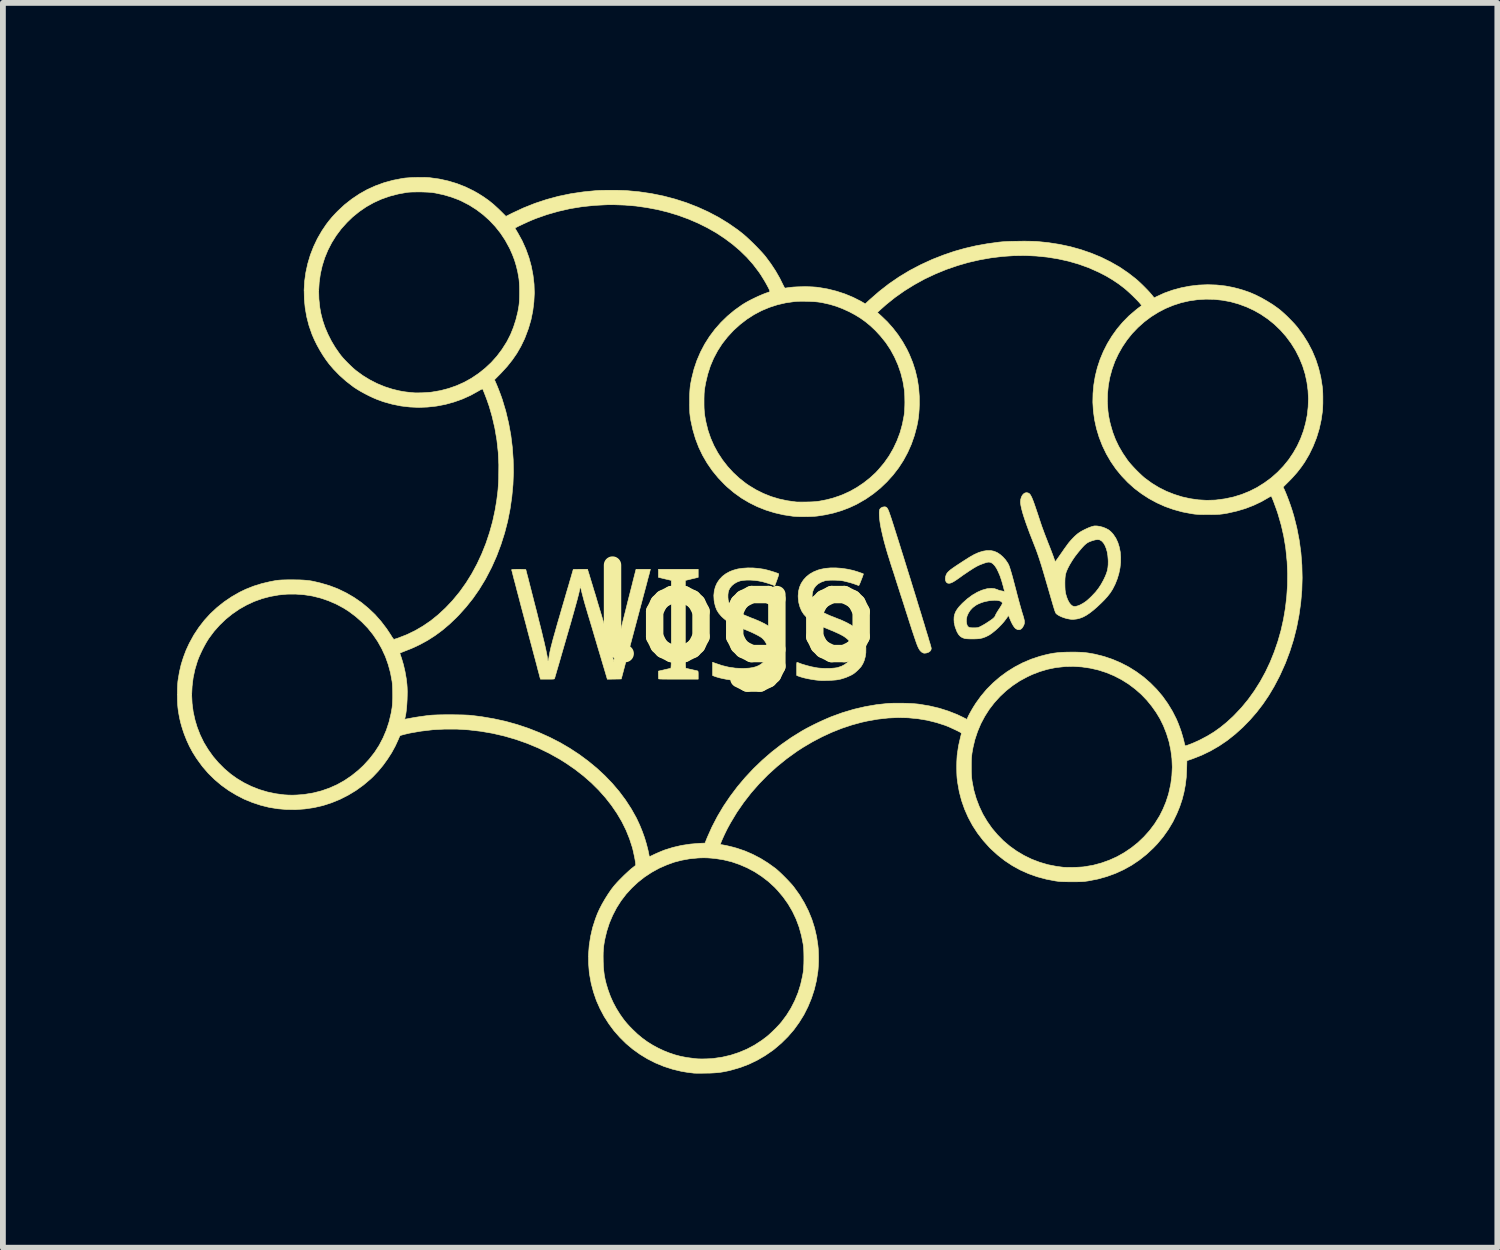
<source format=kicad_pcb>
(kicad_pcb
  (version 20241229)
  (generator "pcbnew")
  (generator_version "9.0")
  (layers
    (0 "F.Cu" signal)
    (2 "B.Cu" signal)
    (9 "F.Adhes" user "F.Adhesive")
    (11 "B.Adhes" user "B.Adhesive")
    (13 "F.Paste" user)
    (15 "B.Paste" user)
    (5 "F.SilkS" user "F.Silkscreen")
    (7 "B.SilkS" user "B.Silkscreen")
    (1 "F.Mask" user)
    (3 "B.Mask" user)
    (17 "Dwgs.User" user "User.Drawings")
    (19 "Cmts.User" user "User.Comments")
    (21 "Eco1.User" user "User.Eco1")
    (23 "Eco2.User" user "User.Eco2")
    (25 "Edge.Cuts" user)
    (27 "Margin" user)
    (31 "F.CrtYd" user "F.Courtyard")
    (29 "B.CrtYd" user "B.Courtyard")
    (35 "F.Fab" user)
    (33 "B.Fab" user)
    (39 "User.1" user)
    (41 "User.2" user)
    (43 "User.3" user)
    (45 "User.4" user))
  (footprint "logo"
    (layer "F.Cu")
    (at 9.603 7.516)
    (property "Reference" "logo" (at 0 0 0) (layer "F.SilkS") (effects (font (size 1.524 1.524) (thickness 0.3))))
    (attr through_hole)
    (fp_poly (pts (xy -0.629 -0.623) (xy -0.74 -0.597) (xy -0.851 -0.57) (xy -0.851 0.184) (xy -0.851 0.298) (xy -0.851 0.4) (xy -0.851 0.491) (xy -0.851 0.57) (xy -0.851 0.64) (xy -0.85 0.701) (xy -0.85 0.752) (xy -0.85 0.796) (xy -0.849 0.833) (xy -0.849 0.863) (xy -0.848 0.886) (xy -0.847 0.905) (xy -0.846 0.919) (xy -0.845 0.929) (xy -0.844 0.935) (xy -0.843 0.939) (xy -0.841 0.942) (xy -0.84 0.942) (xy -0.83 0.945) (xy -0.81 0.949) (xy -0.783 0.956) (xy -0.751 0.963) (xy -0.74 0.965) (xy -0.707 0.973) (xy -0.678 0.979) (xy -0.655 0.984) (xy -0.642 0.988) (xy -0.64 0.988) (xy -0.635 0.991) (xy -0.632 0.998) (xy -0.63 1.011) (xy -0.629 1.032) (xy -0.629 1.061) (xy -0.629 1.13) (xy -0.967 1.13) (xy -1.032 1.13) (xy -1.092 1.13) (xy -1.148 1.13) (xy -1.197 1.129) (xy -1.239 1.129) (xy -1.272 1.128) (xy -1.296 1.127) (xy -1.308 1.126) (xy -1.31 1.126) (xy -1.312 1.119) (xy -1.313 1.103) (xy -1.314 1.08) (xy -1.314 1.055) (xy -1.315 1.031) (xy -1.314 1.01) (xy -1.314 0.995) (xy -1.313 0.991) (xy -1.306 0.989) (xy -1.289 0.986) (xy -1.265 0.98) (xy -1.236 0.974) (xy -1.205 0.966) (xy -1.174 0.959) (xy -1.146 0.953) (xy -1.123 0.947) (xy -1.108 0.944) (xy -1.103 0.942) (xy -1.102 0.941) (xy -1.1 0.939) (xy -1.099 0.934) (xy -1.098 0.927) (xy -1.097 0.917) (xy -1.096 0.902) (xy -1.095 0.882) (xy -1.094 0.857) (xy -1.094 0.826) (xy -1.093 0.789) (xy -1.093 0.743) (xy -1.093 0.69) (xy -1.093 0.628) (xy -1.092 0.556) (xy -1.092 0.474) (xy -1.092 0.382) (xy -1.092 0.278) (xy -1.092 0.184) (xy -1.092 -0.571) (xy -1.203 -0.597) (xy -1.314 -0.624) (xy -1.314 -0.762) (xy -0.629 -0.762) (xy -0.629 -0.623)) (stroke (width 0.01) (type solid)) (fill yes) (layer "F.SilkS"))
    (fp_poly (pts (xy 2.589 -1.837) (xy 2.601 -1.835) (xy 2.612 -1.829) (xy 2.622 -1.82) (xy 2.632 -1.805) (xy 2.643 -1.784) (xy 2.655 -1.755) (xy 2.668 -1.718) (xy 2.684 -1.672) (xy 2.703 -1.615) (xy 2.714 -1.58) (xy 2.735 -1.515) (xy 2.758 -1.442) (xy 2.783 -1.363) (xy 2.81 -1.278) (xy 2.838 -1.189) (xy 2.867 -1.095) (xy 2.898 -0.997) (xy 2.929 -0.897) (xy 2.961 -0.794) (xy 2.993 -0.691) (xy 3.026 -0.586) (xy 3.058 -0.481) (xy 3.09 -0.378) (xy 3.122 -0.275) (xy 3.152 -0.175) (xy 3.182 -0.078) (xy 3.211 0.015) (xy 3.238 0.105) (xy 3.264 0.189) (xy 3.287 0.267) (xy 3.309 0.339) (xy 3.329 0.403) (xy 3.345 0.46) (xy 3.36 0.507) (xy 3.371 0.546) (xy 3.379 0.574) (xy 3.383 0.592) (xy 3.385 0.597) (xy 3.379 0.627) (xy 3.362 0.65) (xy 3.339 0.666) (xy 3.302 0.679) (xy 3.269 0.683) (xy 3.249 0.68) (xy 3.219 0.664) (xy 3.192 0.638) (xy 3.168 0.6) (xy 3.166 0.595) (xy 3.158 0.579) (xy 3.15 0.561) (xy 3.141 0.539) (xy 3.131 0.512) (xy 3.12 0.481) (xy 3.107 0.443) (xy 3.092 0.399) (xy 3.075 0.348) (xy 3.055 0.289) (xy 3.033 0.22) (xy 3.008 0.143) (xy 2.98 0.054) (xy 2.948 -0.045) (xy 2.936 -0.083) (xy 2.911 -0.162) (xy 2.885 -0.243) (xy 2.858 -0.325) (xy 2.832 -0.407) (xy 2.807 -0.485) (xy 2.783 -0.559) (xy 2.762 -0.627) (xy 2.743 -0.686) (xy 2.727 -0.736) (xy 2.724 -0.743) (xy 2.69 -0.848) (xy 2.661 -0.942) (xy 2.634 -1.027) (xy 2.611 -1.105) (xy 2.591 -1.177) (xy 2.572 -1.245) (xy 2.556 -1.31) (xy 2.541 -1.373) (xy 2.527 -1.436) (xy 2.517 -1.483) (xy 2.507 -1.538) (xy 2.499 -1.593) (xy 2.493 -1.645) (xy 2.49 -1.692) (xy 2.489 -1.734) (xy 2.491 -1.767) (xy 2.496 -1.79) (xy 2.498 -1.796) (xy 2.516 -1.817) (xy 2.543 -1.832) (xy 2.575 -1.838) (xy 2.576 -1.838) (xy 2.589 -1.837)) (stroke (width 0.01) (type solid)) (fill yes) (layer "F.SilkS"))
    (fp_poly (pts (xy 0.316 -0.785) (xy 0.41 -0.777) (xy 0.503 -0.763) (xy 0.511 -0.761) (xy 0.536 -0.755) (xy 0.568 -0.747) (xy 0.604 -0.737) (xy 0.64 -0.726) (xy 0.676 -0.715) (xy 0.708 -0.704) (xy 0.734 -0.695) (xy 0.751 -0.688) (xy 0.755 -0.686) (xy 0.757 -0.682) (xy 0.757 -0.673) (xy 0.754 -0.659) (xy 0.747 -0.636) (xy 0.736 -0.604) (xy 0.727 -0.579) (xy 0.69 -0.478) (xy 0.663 -0.489) (xy 0.636 -0.5) (xy 0.6 -0.512) (xy 0.56 -0.525) (xy 0.518 -0.537) (xy 0.48 -0.548) (xy 0.461 -0.552) (xy 0.399 -0.564) (xy 0.334 -0.572) (xy 0.269 -0.576) (xy 0.206 -0.576) (xy 0.149 -0.572) (xy 0.101 -0.564) (xy 0.092 -0.562) (xy 0.039 -0.542) (xy -0.009 -0.514) (xy -0.051 -0.479) (xy -0.083 -0.439) (xy -0.102 -0.402) (xy -0.112 -0.366) (xy -0.117 -0.324) (xy -0.117 -0.278) (xy -0.113 -0.234) (xy -0.104 -0.197) (xy -0.103 -0.195) (xy -0.078 -0.145) (xy -0.041 -0.098) (xy 0.008 -0.056) (xy 0.064 -0.021) (xy 0.09 -0.008) (xy 0.126 0.009) (xy 0.172 0.029) (xy 0.226 0.051) (xy 0.286 0.076) (xy 0.337 0.095) (xy 0.431 0.135) (xy 0.513 0.175) (xy 0.584 0.217) (xy 0.644 0.261) (xy 0.694 0.308) (xy 0.734 0.357) (xy 0.765 0.41) (xy 0.788 0.467) (xy 0.796 0.504) (xy 0.802 0.55) (xy 0.806 0.601) (xy 0.806 0.653) (xy 0.803 0.701) (xy 0.797 0.736) (xy 0.779 0.806) (xy 0.752 0.868) (xy 0.716 0.924) (xy 0.677 0.968) (xy 0.616 1.021) (xy 0.545 1.065) (xy 0.466 1.101) (xy 0.378 1.127) (xy 0.281 1.145) (xy 0.175 1.153) (xy 0.06 1.153) (xy -0.019 1.148) (xy -0.08 1.142) (xy -0.144 1.132) (xy -0.206 1.12) (xy -0.265 1.106) (xy -0.317 1.091) (xy -0.357 1.077) (xy -0.381 1.067) (xy -0.381 0.839) (xy -0.338 0.855) (xy -0.22 0.895) (xy -0.105 0.923) (xy 0.011 0.94) (xy 0.129 0.945) (xy 0.174 0.944) (xy 0.248 0.94) (xy 0.312 0.93) (xy 0.367 0.915) (xy 0.415 0.895) (xy 0.457 0.868) (xy 0.486 0.844) (xy 0.523 0.801) (xy 0.55 0.752) (xy 0.566 0.7) (xy 0.572 0.646) (xy 0.568 0.592) (xy 0.553 0.539) (xy 0.529 0.49) (xy 0.495 0.445) (xy 0.462 0.415) (xy 0.433 0.396) (xy 0.394 0.374) (xy 0.347 0.35) (xy 0.293 0.324) (xy 0.235 0.299) (xy 0.174 0.274) (xy 0.165 0.27) (xy 0.09 0.24) (xy 0.025 0.213) (xy -0.031 0.187) (xy -0.078 0.162) (xy -0.12 0.137) (xy -0.158 0.11) (xy -0.192 0.082) (xy -0.226 0.051) (xy -0.236 0.04) (xy -0.277 -0.009) (xy -0.31 -0.063) (xy -0.333 -0.123) (xy -0.35 -0.192) (xy -0.356 -0.232) (xy -0.36 -0.313) (xy -0.352 -0.39) (xy -0.333 -0.462) (xy -0.303 -0.528) (xy -0.262 -0.588) (xy -0.212 -0.641) (xy -0.151 -0.687) (xy -0.081 -0.725) (xy -0.019 -0.748) (xy 0.054 -0.768) (xy 0.136 -0.78) (xy 0.224 -0.786) (xy 0.316 -0.785)) (stroke (width 0.01) (type solid)) (fill yes) (layer "F.SilkS"))
    (fp_poly (pts (xy 1.842 -0.779) (xy 1.941 -0.764) (xy 2.029 -0.745) (xy 2.052 -0.739) (xy 2.08 -0.73) (xy 2.111 -0.721) (xy 2.142 -0.71) (xy 2.171 -0.7) (xy 2.194 -0.692) (xy 2.21 -0.686) (xy 2.215 -0.683) (xy 2.214 -0.676) (xy 2.209 -0.66) (xy 2.201 -0.637) (xy 2.191 -0.61) (xy 2.179 -0.58) (xy 2.168 -0.551) (xy 2.157 -0.524) (xy 2.147 -0.502) (xy 2.14 -0.487) (xy 2.137 -0.483) (xy 2.128 -0.485) (xy 2.11 -0.491) (xy 2.089 -0.499) (xy 2.089 -0.499) (xy 2.047 -0.514) (xy 1.996 -0.53) (xy 1.943 -0.544) (xy 1.891 -0.557) (xy 1.864 -0.563) (xy 1.827 -0.568) (xy 1.784 -0.572) (xy 1.736 -0.574) (xy 1.687 -0.575) (xy 1.64 -0.574) (xy 1.598 -0.571) (xy 1.565 -0.567) (xy 1.55 -0.563) (xy 1.489 -0.541) (xy 1.437 -0.512) (xy 1.396 -0.475) (xy 1.364 -0.431) (xy 1.344 -0.381) (xy 1.334 -0.325) (xy 1.333 -0.304) (xy 1.338 -0.243) (xy 1.352 -0.189) (xy 1.376 -0.141) (xy 1.411 -0.098) (xy 1.458 -0.058) (xy 1.476 -0.046) (xy 1.507 -0.027) (xy 1.545 -0.007) (xy 1.592 0.015) (xy 1.648 0.04) (xy 1.716 0.066) (xy 1.75 0.08) (xy 1.848 0.119) (xy 1.933 0.159) (xy 2.007 0.2) (xy 2.07 0.242) (xy 2.123 0.286) (xy 2.167 0.332) (xy 2.201 0.381) (xy 2.228 0.433) (xy 2.245 0.486) (xy 2.25 0.508) (xy 2.254 0.538) (xy 2.257 0.573) (xy 2.259 0.6) (xy 2.258 0.677) (xy 2.247 0.747) (xy 2.228 0.814) (xy 2.21 0.856) (xy 2.196 0.881) (xy 2.183 0.903) (xy 2.168 0.923) (xy 2.147 0.946) (xy 2.122 0.972) (xy 2.092 1) (xy 2.067 1.021) (xy 2.044 1.038) (xy 2.017 1.054) (xy 1.997 1.065) (xy 1.912 1.102) (xy 1.825 1.129) (xy 1.77 1.14) (xy 1.741 1.144) (xy 1.702 1.147) (xy 1.658 1.15) (xy 1.61 1.152) (xy 1.563 1.153) (xy 1.52 1.153) (xy 1.483 1.153) (xy 1.467 1.152) (xy 1.396 1.145) (xy 1.324 1.134) (xy 1.253 1.121) (xy 1.187 1.106) (xy 1.129 1.089) (xy 1.103 1.08) (xy 1.067 1.066) (xy 1.067 0.951) (xy 1.067 0.911) (xy 1.067 0.881) (xy 1.068 0.861) (xy 1.069 0.848) (xy 1.071 0.842) (xy 1.075 0.841) (xy 1.078 0.841) (xy 1.154 0.87) (xy 1.238 0.895) (xy 1.324 0.917) (xy 1.407 0.933) (xy 1.432 0.937) (xy 1.475 0.941) (xy 1.524 0.944) (xy 1.576 0.945) (xy 1.629 0.945) (xy 1.679 0.942) (xy 1.723 0.938) (xy 1.759 0.933) (xy 1.772 0.93) (xy 1.838 0.908) (xy 1.895 0.878) (xy 1.942 0.841) (xy 1.978 0.797) (xy 2.004 0.747) (xy 2.018 0.691) (xy 2.022 0.629) (xy 2.019 0.596) (xy 2.012 0.559) (xy 2.002 0.525) (xy 1.986 0.494) (xy 1.966 0.465) (xy 1.938 0.437) (xy 1.904 0.41) (xy 1.861 0.382) (xy 1.81 0.355) (xy 1.748 0.326) (xy 1.676 0.295) (xy 1.599 0.263) (xy 1.523 0.232) (xy 1.458 0.203) (xy 1.401 0.176) (xy 1.352 0.148) (xy 1.308 0.12) (xy 1.268 0.09) (xy 1.234 0.061) (xy 1.189 0.012) (xy 1.152 -0.045) (xy 1.124 -0.111) (xy 1.104 -0.183) (xy 1.094 -0.26) (xy 1.092 -0.303) (xy 1.098 -0.38) (xy 1.115 -0.451) (xy 1.144 -0.518) (xy 1.183 -0.578) (xy 1.232 -0.632) (xy 1.29 -0.679) (xy 1.358 -0.718) (xy 1.434 -0.749) (xy 1.48 -0.762) (xy 1.56 -0.778) (xy 1.649 -0.786) (xy 1.744 -0.786) (xy 1.842 -0.779)) (stroke (width 0.01) (type solid)) (fill yes) (layer "F.SilkS"))
    (fp_poly (pts (xy 4.407 -1.085) (xy 4.465 -1.073) (xy 4.465 -1.073) (xy 4.518 -1.051) (xy 4.57 -1.017) (xy 4.619 -0.974) (xy 4.664 -0.924) (xy 4.703 -0.867) (xy 4.717 -0.84) (xy 4.726 -0.819) (xy 4.737 -0.787) (xy 4.751 -0.742) (xy 4.768 -0.685) (xy 4.787 -0.617) (xy 4.808 -0.537) (xy 4.832 -0.446) (xy 4.836 -0.432) (xy 4.862 -0.33) (xy 4.886 -0.24) (xy 4.908 -0.159) (xy 4.929 -0.085) (xy 4.948 -0.019) (xy 4.967 0.041) (xy 4.979 0.084) (xy 4.987 0.119) (xy 4.989 0.147) (xy 4.987 0.172) (xy 4.98 0.196) (xy 4.972 0.212) (xy 4.951 0.247) (xy 4.927 0.269) (xy 4.901 0.279) (xy 4.873 0.277) (xy 4.844 0.263) (xy 4.838 0.259) (xy 4.817 0.238) (xy 4.795 0.206) (xy 4.772 0.165) (xy 4.75 0.118) (xy 4.736 0.084) (xy 4.727 0.061) (xy 4.719 0.045) (xy 4.713 0.036) (xy 4.712 0.036) (xy 4.706 0.043) (xy 4.696 0.059) (xy 4.682 0.079) (xy 4.673 0.092) (xy 4.637 0.139) (xy 4.593 0.189) (xy 4.544 0.24) (xy 4.492 0.287) (xy 4.439 0.33) (xy 4.39 0.365) (xy 4.378 0.372) (xy 4.325 0.399) (xy 4.268 0.42) (xy 4.218 0.431) (xy 4.189 0.434) (xy 4.153 0.436) (xy 4.112 0.437) (xy 4.07 0.437) (xy 4.03 0.436) (xy 3.995 0.434) (xy 3.968 0.431) (xy 3.959 0.429) (xy 3.919 0.415) (xy 3.885 0.393) (xy 3.856 0.362) (xy 3.831 0.32) (xy 3.823 0.302) (xy 3.795 0.228) (xy 3.779 0.156) (xy 3.779 0.149) (xy 3.989 0.149) (xy 3.998 0.189) (xy 4.006 0.211) (xy 4.019 0.227) (xy 4.037 0.238) (xy 4.062 0.244) (xy 4.097 0.246) (xy 4.128 0.246) (xy 4.158 0.245) (xy 4.179 0.243) (xy 4.198 0.238) (xy 4.218 0.23) (xy 4.242 0.218) (xy 4.275 0.2) (xy 4.313 0.178) (xy 4.352 0.153) (xy 4.391 0.127) (xy 4.426 0.103) (xy 4.453 0.082) (xy 4.456 0.079) (xy 4.479 0.054) (xy 4.489 0.032) (xy 4.495 0.018) (xy 4.507 -0.004) (xy 4.523 -0.031) (xy 4.542 -0.061) (xy 4.554 -0.079) (xy 4.579 -0.118) (xy 4.597 -0.148) (xy 4.607 -0.169) (xy 4.609 -0.178) (xy 4.6 -0.197) (xy 4.581 -0.211) (xy 4.553 -0.221) (xy 4.518 -0.227) (xy 4.476 -0.229) (xy 4.431 -0.226) (xy 4.382 -0.221) (xy 4.332 -0.211) (xy 4.282 -0.199) (xy 4.234 -0.182) (xy 4.189 -0.163) (xy 4.149 -0.141) (xy 4.147 -0.139) (xy 4.097 -0.101) (xy 4.056 -0.057) (xy 4.024 -0.008) (xy 4.001 0.043) (xy 3.99 0.096) (xy 3.989 0.149) (xy 3.779 0.149) (xy 3.776 0.105) (xy 3.778 0.057) (xy 3.788 0.012) (xy 3.805 -0.031) (xy 3.831 -0.074) (xy 3.866 -0.119) (xy 3.911 -0.167) (xy 3.929 -0.185) (xy 4.011 -0.258) (xy 4.093 -0.318) (xy 4.175 -0.366) (xy 4.256 -0.402) (xy 4.336 -0.425) (xy 4.355 -0.429) (xy 4.417 -0.434) (xy 4.472 -0.429) (xy 4.522 -0.413) (xy 4.527 -0.41) (xy 4.551 -0.4) (xy 4.58 -0.393) (xy 4.591 -0.391) (xy 4.612 -0.387) (xy 4.63 -0.383) (xy 4.637 -0.38) (xy 4.646 -0.377) (xy 4.647 -0.382) (xy 4.646 -0.385) (xy 4.643 -0.396) (xy 4.638 -0.416) (xy 4.631 -0.442) (xy 4.624 -0.47) (xy 4.597 -0.565) (xy 4.569 -0.648) (xy 4.539 -0.718) (xy 4.51 -0.777) (xy 4.479 -0.823) (xy 4.447 -0.857) (xy 4.415 -0.878) (xy 4.381 -0.886) (xy 4.36 -0.885) (xy 4.333 -0.879) (xy 4.298 -0.868) (xy 4.26 -0.854) (xy 4.221 -0.839) (xy 4.185 -0.822) (xy 4.178 -0.819) (xy 4.151 -0.804) (xy 4.115 -0.783) (xy 4.073 -0.756) (xy 4.026 -0.726) (xy 3.978 -0.693) (xy 3.929 -0.66) (xy 3.888 -0.63) (xy 3.84 -0.596) (xy 3.802 -0.57) (xy 3.77 -0.55) (xy 3.744 -0.536) (xy 3.722 -0.527) (xy 3.703 -0.522) (xy 3.686 -0.521) (xy 3.661 -0.526) (xy 3.643 -0.542) (xy 3.631 -0.566) (xy 3.627 -0.597) (xy 3.631 -0.634) (xy 3.641 -0.666) (xy 3.656 -0.695) (xy 3.68 -0.722) (xy 3.713 -0.751) (xy 3.733 -0.766) (xy 3.761 -0.786) (xy 3.797 -0.811) (xy 3.839 -0.839) (xy 3.885 -0.869) (xy 3.932 -0.9) (xy 3.981 -0.931) (xy 4.028 -0.961) (xy 4.056 -0.978) (xy 4.132 -1.021) (xy 4.206 -1.053) (xy 4.277 -1.074) (xy 4.344 -1.085) (xy 4.407 -1.085)) (stroke (width 0.01) (type solid)) (fill yes) (layer "F.SilkS"))
    (fp_poly (pts (xy 5.052 -2.077) (xy 5.065 -2.07) (xy 5.075 -2.064) (xy 5.084 -2.054) (xy 5.093 -2.041) (xy 5.103 -2.023) (xy 5.115 -2) (xy 5.127 -1.971) (xy 5.141 -1.936) (xy 5.157 -1.892) (xy 5.175 -1.84) (xy 5.196 -1.778) (xy 5.22 -1.707) (xy 5.247 -1.624) (xy 5.258 -1.591) (xy 5.272 -1.549) (xy 5.289 -1.499) (xy 5.31 -1.442) (xy 5.332 -1.382) (xy 5.355 -1.322) (xy 5.378 -1.264) (xy 5.386 -1.241) (xy 5.407 -1.189) (xy 5.427 -1.138) (xy 5.446 -1.089) (xy 5.463 -1.044) (xy 5.477 -1.007) (xy 5.488 -0.977) (xy 5.493 -0.963) (xy 5.502 -0.936) (xy 5.511 -0.914) (xy 5.517 -0.899) (xy 5.52 -0.895) (xy 5.525 -0.9) (xy 5.536 -0.914) (xy 5.552 -0.936) (xy 5.572 -0.964) (xy 5.595 -0.997) (xy 5.618 -1.03) (xy 5.646 -1.07) (xy 5.674 -1.111) (xy 5.701 -1.148) (xy 5.725 -1.181) (xy 5.744 -1.207) (xy 5.753 -1.219) (xy 5.783 -1.254) (xy 5.816 -1.29) (xy 5.85 -1.325) (xy 5.883 -1.355) (xy 5.912 -1.379) (xy 5.925 -1.388) (xy 5.965 -1.414) (xy 6.01 -1.438) (xy 6.055 -1.46) (xy 6.1 -1.48) (xy 6.141 -1.495) (xy 6.176 -1.505) (xy 6.195 -1.509) (xy 6.24 -1.508) (xy 6.29 -1.5) (xy 6.342 -1.486) (xy 6.392 -1.466) (xy 6.437 -1.442) (xy 6.453 -1.43) (xy 6.473 -1.413) (xy 6.495 -1.391) (xy 6.516 -1.367) (xy 6.519 -1.363) (xy 6.563 -1.298) (xy 6.597 -1.225) (xy 6.622 -1.146) (xy 6.639 -1.061) (xy 6.646 -0.972) (xy 6.645 -0.88) (xy 6.635 -0.787) (xy 6.616 -0.693) (xy 6.588 -0.599) (xy 6.552 -0.508) (xy 6.507 -0.419) (xy 6.497 -0.403) (xy 6.463 -0.351) (xy 6.419 -0.295) (xy 6.366 -0.236) (xy 6.311 -0.181) (xy 6.239 -0.113) (xy 6.173 -0.056) (xy 6.111 -0.008) (xy 6.054 0.03) (xy 6 0.059) (xy 5.948 0.079) (xy 5.899 0.092) (xy 5.88 0.095) (xy 5.851 0.098) (xy 5.83 0.1) (xy 5.813 0.1) (xy 5.793 0.099) (xy 5.768 0.096) (xy 5.765 0.095) (xy 5.72 0.087) (xy 5.673 0.073) (xy 5.627 0.056) (xy 5.585 0.036) (xy 5.552 0.015) (xy 5.545 0.009) (xy 5.54 0.005) (xy 5.535 0.001) (xy 5.531 -0.005) (xy 5.527 -0.012) (xy 5.522 -0.023) (xy 5.516 -0.038) (xy 5.509 -0.058) (xy 5.501 -0.083) (xy 5.491 -0.116) (xy 5.479 -0.156) (xy 5.465 -0.204) (xy 5.448 -0.262) (xy 5.428 -0.331) (xy 5.409 -0.397) (xy 5.379 -0.5) (xy 5.377 -0.507) (xy 5.686 -0.507) (xy 5.687 -0.456) (xy 5.689 -0.409) (xy 5.694 -0.369) (xy 5.698 -0.346) (xy 5.715 -0.287) (xy 5.735 -0.235) (xy 5.759 -0.19) (xy 5.785 -0.156) (xy 5.812 -0.133) (xy 5.839 -0.123) (xy 5.872 -0.123) (xy 5.912 -0.134) (xy 5.947 -0.148) (xy 5.988 -0.17) (xy 6.027 -0.194) (xy 6.066 -0.223) (xy 6.107 -0.26) (xy 6.153 -0.304) (xy 6.153 -0.305) (xy 6.214 -0.369) (xy 6.265 -0.434) (xy 6.309 -0.501) (xy 6.35 -0.575) (xy 6.353 -0.581) (xy 6.381 -0.64) (xy 6.402 -0.692) (xy 6.417 -0.74) (xy 6.426 -0.788) (xy 6.431 -0.838) (xy 6.432 -0.893) (xy 6.431 -0.926) (xy 6.425 -0.998) (xy 6.414 -1.064) (xy 6.397 -1.122) (xy 6.376 -1.173) (xy 6.351 -1.215) (xy 6.323 -1.246) (xy 6.291 -1.266) (xy 6.277 -1.271) (xy 6.247 -1.274) (xy 6.208 -1.269) (xy 6.161 -1.256) (xy 6.127 -1.244) (xy 6.098 -1.232) (xy 6.072 -1.218) (xy 6.048 -1.2) (xy 6.023 -1.178) (xy 5.995 -1.149) (xy 5.97 -1.121) (xy 5.911 -1.05) (xy 5.856 -0.979) (xy 5.809 -0.909) (xy 5.768 -0.841) (xy 5.735 -0.778) (xy 5.71 -0.72) (xy 5.698 -0.679) (xy 5.692 -0.647) (xy 5.688 -0.606) (xy 5.686 -0.558) (xy 5.686 -0.507) (xy 5.377 -0.507) (xy 5.352 -0.593) (xy 5.328 -0.675) (xy 5.306 -0.749) (xy 5.286 -0.816) (xy 5.267 -0.876) (xy 5.249 -0.932) (xy 5.232 -0.983) (xy 5.215 -1.032) (xy 5.198 -1.08) (xy 5.18 -1.128) (xy 5.161 -1.176) (xy 5.141 -1.227) (xy 5.131 -1.253) (xy 5.085 -1.37) (xy 5.045 -1.478) (xy 5.01 -1.575) (xy 4.981 -1.662) (xy 4.957 -1.739) (xy 4.94 -1.805) (xy 4.928 -1.86) (xy 4.922 -1.905) (xy 4.921 -1.923) (xy 4.925 -1.966) (xy 4.936 -2.004) (xy 4.952 -2.036) (xy 4.973 -2.06) (xy 4.997 -2.076) (xy 5.024 -2.082) (xy 5.052 -2.077)) (stroke (width 0.01) (type solid)) (fill yes) (layer "F.SilkS"))
    (fp_poly (pts (xy -3.684 -0.762) (xy -3.65 -0.761) (xy -3.624 -0.76) (xy -3.606 -0.759) (xy -3.598 -0.757) (xy -3.598 -0.757) (xy -3.596 -0.75) (xy -3.591 -0.732) (xy -3.584 -0.703) (xy -3.574 -0.665) (xy -3.561 -0.617) (xy -3.547 -0.561) (xy -3.531 -0.498) (xy -3.513 -0.428) (xy -3.494 -0.353) (xy -3.473 -0.272) (xy -3.452 -0.188) (xy -3.436 -0.127) (xy -3.403 0.002) (xy -3.374 0.12) (xy -3.347 0.226) (xy -3.323 0.322) (xy -3.303 0.408) (xy -3.284 0.484) (xy -3.269 0.551) (xy -3.255 0.61) (xy -3.245 0.661) (xy -3.236 0.705) (xy -3.229 0.742) (xy -3.224 0.772) (xy -3.222 0.79) (xy -3.219 0.808) (xy -3.217 0.817) (xy -3.214 0.817) (xy -3.21 0.807) (xy -3.205 0.786) (xy -3.199 0.754) (xy -3.194 0.721) (xy -3.189 0.694) (xy -3.184 0.666) (xy -3.177 0.635) (xy -3.17 0.602) (xy -3.161 0.565) (xy -3.15 0.524) (xy -3.138 0.477) (xy -3.124 0.424) (xy -3.107 0.365) (xy -3.088 0.298) (xy -3.067 0.222) (xy -3.043 0.138) (xy -3.015 0.044) (xy -2.985 -0.061) (xy -2.951 -0.177) (xy -2.95 -0.18) (xy -2.926 -0.262) (xy -2.903 -0.342) (xy -2.881 -0.417) (xy -2.86 -0.486) (xy -2.842 -0.55) (xy -2.825 -0.607) (xy -2.811 -0.656) (xy -2.799 -0.697) (xy -2.79 -0.728) (xy -2.784 -0.749) (xy -2.781 -0.758) (xy -2.781 -0.759) (xy -2.775 -0.76) (xy -2.758 -0.761) (xy -2.733 -0.761) (xy -2.7 -0.762) (xy -2.663 -0.762) (xy -2.658 -0.762) (xy -2.535 -0.762) (xy -2.516 -0.7) (xy -2.507 -0.673) (xy -2.496 -0.635) (xy -2.482 -0.589) (xy -2.466 -0.536) (xy -2.447 -0.475) (xy -2.428 -0.41) (xy -2.406 -0.34) (xy -2.384 -0.267) (xy -2.362 -0.191) (xy -2.339 -0.115) (xy -2.316 -0.039) (xy -2.293 0.037) (xy -2.271 0.11) (xy -2.25 0.18) (xy -2.231 0.245) (xy -2.213 0.305) (xy -2.197 0.358) (xy -2.183 0.404) (xy -2.172 0.441) (xy -2.164 0.468) (xy -2.16 0.485) (xy -2.159 0.486) (xy -2.152 0.513) (xy -2.144 0.546) (xy -2.135 0.585) (xy -2.126 0.627) (xy -2.117 0.67) (xy -2.108 0.711) (xy -2.101 0.749) (xy -2.095 0.781) (xy -2.091 0.805) (xy -2.089 0.818) (xy -2.089 0.819) (xy -2.089 0.829) (xy -2.087 0.831) (xy -2.084 0.822) (xy -2.08 0.803) (xy -2.075 0.772) (xy -2.067 0.729) (xy -2.067 0.727) (xy -2.062 0.701) (xy -2.054 0.665) (xy -2.044 0.617) (xy -2.03 0.557) (xy -2.013 0.487) (xy -1.993 0.405) (xy -1.97 0.311) (xy -1.944 0.205) (xy -1.915 0.088) (xy -1.882 -0.041) (xy -1.847 -0.183) (xy -1.808 -0.336) (xy -1.766 -0.501) (xy -1.749 -0.57) (xy -1.7 -0.762) (xy -1.453 -0.762) (xy -1.457 -0.744) (xy -1.459 -0.735) (xy -1.464 -0.716) (xy -1.472 -0.685) (xy -1.483 -0.644) (xy -1.497 -0.594) (xy -1.512 -0.535) (xy -1.53 -0.467) (xy -1.55 -0.392) (xy -1.572 -0.311) (xy -1.595 -0.223) (xy -1.62 -0.13) (xy -1.646 -0.032) (xy -1.673 0.07) (xy -1.701 0.175) (xy -1.708 0.201) (xy -1.954 1.127) (xy -2.074 1.129) (xy -2.194 1.131) (xy -2.336 0.653) (xy -2.361 0.571) (xy -2.385 0.488) (xy -2.41 0.405) (xy -2.434 0.323) (xy -2.457 0.245) (xy -2.479 0.172) (xy -2.499 0.105) (xy -2.517 0.046) (xy -2.532 -0.004) (xy -2.541 -0.035) (xy -2.569 -0.129) (xy -2.593 -0.212) (xy -2.613 -0.288) (xy -2.631 -0.357) (xy -2.647 -0.422) (xy -2.652 -0.448) (xy -2.658 -0.473) (xy -2.669 -0.419) (xy -2.675 -0.391) (xy -2.682 -0.36) (xy -2.69 -0.326) (xy -2.7 -0.289) (xy -2.711 -0.246) (xy -2.724 -0.198) (xy -2.739 -0.144) (xy -2.756 -0.083) (xy -2.775 -0.014) (xy -2.797 0.063) (xy -2.821 0.149) (xy -2.849 0.245) (xy -2.88 0.351) (xy -2.914 0.469) (xy -2.918 0.483) (xy -2.943 0.569) (xy -2.967 0.652) (xy -2.99 0.731) (xy -3.011 0.805) (xy -3.031 0.874) (xy -3.049 0.935) (xy -3.065 0.989) (xy -3.078 1.035) (xy -3.089 1.072) (xy -3.097 1.099) (xy -3.101 1.115) (xy -3.103 1.119) (xy -3.105 1.123) (xy -3.11 1.126) (xy -3.119 1.128) (xy -3.135 1.129) (xy -3.159 1.13) (xy -3.192 1.13) (xy -3.226 1.13) (xy -3.346 1.13) (xy -3.352 1.106) (xy -3.355 1.098) (xy -3.36 1.077) (xy -3.368 1.046) (xy -3.379 1.005) (xy -3.393 0.954) (xy -3.408 0.894) (xy -3.426 0.826) (xy -3.446 0.751) (xy -3.468 0.669) (xy -3.491 0.581) (xy -3.516 0.488) (xy -3.542 0.39) (xy -3.569 0.288) (xy -3.596 0.183) (xy -3.6 0.169) (xy -3.628 0.064) (xy -3.655 -0.038) (xy -3.681 -0.135) (xy -3.705 -0.228) (xy -3.728 -0.316) (xy -3.75 -0.398) (xy -3.769 -0.473) (xy -3.787 -0.541) (xy -3.803 -0.6) (xy -3.816 -0.651) (xy -3.826 -0.692) (xy -3.834 -0.723) (xy -3.84 -0.744) (xy -3.842 -0.753) (xy -3.842 -0.753) (xy -3.84 -0.756) (xy -3.833 -0.759) (xy -3.819 -0.76) (xy -3.797 -0.761) (xy -3.766 -0.762) (xy -3.723 -0.762) (xy -3.721 -0.762) (xy -3.684 -0.762)) (stroke (width 0.01) (type solid)) (fill yes) (layer "F.SilkS"))
    (fp_poly (pts (xy -5.367 -7.511) (xy -5.311 -7.51) (xy -5.263 -7.507) (xy -5.254 -7.506) (xy -5.093 -7.484) (xy -4.937 -7.45) (xy -4.786 -7.405) (xy -4.64 -7.348) (xy -4.5 -7.28) (xy -4.42 -7.235) (xy -4.325 -7.175) (xy -4.237 -7.113) (xy -4.153 -7.045) (xy -4.07 -6.969) (xy -4.024 -6.924) (xy -3.94 -6.84) (xy -3.834 -6.894) (xy -3.641 -6.984) (xy -3.443 -7.063) (xy -3.241 -7.13) (xy -3.034 -7.186) (xy -2.821 -7.23) (xy -2.604 -7.262) (xy -2.388 -7.283) (xy -2.341 -7.286) (xy -2.285 -7.288) (xy -2.221 -7.289) (xy -2.154 -7.289) (xy -2.085 -7.289) (xy -2.017 -7.289) (xy -1.954 -7.287) (xy -1.899 -7.285) (xy -1.859 -7.283) (xy -1.645 -7.263) (xy -1.434 -7.232) (xy -1.227 -7.19) (xy -1.026 -7.137) (xy -0.83 -7.074) (xy -0.64 -7) (xy -0.457 -6.917) (xy -0.28 -6.824) (xy -0.111 -6.721) (xy 0.05 -6.609) (xy 0.127 -6.549) (xy 0.168 -6.515) (xy 0.215 -6.473) (xy 0.265 -6.426) (xy 0.318 -6.375) (xy 0.37 -6.323) (xy 0.42 -6.271) (xy 0.466 -6.222) (xy 0.506 -6.177) (xy 0.533 -6.144) (xy 0.622 -6.024) (xy 0.703 -5.901) (xy 0.774 -5.777) (xy 0.823 -5.678) (xy 0.839 -5.646) (xy 0.851 -5.623) (xy 0.86 -5.61) (xy 0.866 -5.605) (xy 0.869 -5.605) (xy 0.879 -5.606) (xy 0.899 -5.609) (xy 0.926 -5.613) (xy 0.958 -5.617) (xy 0.965 -5.618) (xy 1.017 -5.623) (xy 1.077 -5.626) (xy 1.143 -5.628) (xy 1.212 -5.629) (xy 1.281 -5.628) (xy 1.345 -5.625) (xy 1.403 -5.621) (xy 1.438 -5.617) (xy 1.597 -5.59) (xy 1.75 -5.552) (xy 1.897 -5.504) (xy 2.037 -5.446) (xy 2.17 -5.379) (xy 2.202 -5.36) (xy 2.248 -5.333) (xy 2.325 -5.405) (xy 2.487 -5.546) (xy 2.655 -5.677) (xy 2.83 -5.797) (xy 3.012 -5.907) (xy 3.203 -6.007) (xy 3.401 -6.098) (xy 3.416 -6.104) (xy 3.598 -6.175) (xy 3.779 -6.237) (xy 3.963 -6.289) (xy 4.152 -6.333) (xy 4.346 -6.368) (xy 4.549 -6.396) (xy 4.569 -6.398) (xy 4.609 -6.402) (xy 4.659 -6.405) (xy 4.717 -6.408) (xy 4.782 -6.41) (xy 4.85 -6.411) (xy 4.919 -6.412) (xy 4.987 -6.413) (xy 5.052 -6.412) (xy 5.112 -6.411) (xy 5.164 -6.409) (xy 5.198 -6.408) (xy 5.397 -6.388) (xy 5.591 -6.358) (xy 5.779 -6.318) (xy 5.962 -6.267) (xy 6.139 -6.206) (xy 6.309 -6.136) (xy 6.472 -6.055) (xy 6.628 -5.966) (xy 6.775 -5.866) (xy 6.9 -5.769) (xy 6.938 -5.737) (xy 6.979 -5.699) (xy 7.023 -5.657) (xy 7.067 -5.613) (xy 7.109 -5.57) (xy 7.146 -5.53) (xy 7.176 -5.495) (xy 7.182 -5.488) (xy 7.223 -5.437) (xy 7.261 -5.456) (xy 7.398 -5.519) (xy 7.541 -5.57) (xy 7.689 -5.61) (xy 7.839 -5.639) (xy 7.992 -5.657) (xy 8.146 -5.663) (xy 8.3 -5.658) (xy 8.453 -5.641) (xy 8.583 -5.616) (xy 8.67 -5.594) (xy 8.759 -5.568) (xy 8.843 -5.539) (xy 8.871 -5.529) (xy 8.968 -5.487) (xy 9.068 -5.437) (xy 9.168 -5.38) (xy 9.265 -5.32) (xy 9.355 -5.256) (xy 9.39 -5.229) (xy 9.424 -5.2) (xy 9.464 -5.164) (xy 9.508 -5.123) (xy 9.552 -5.079) (xy 9.596 -5.034) (xy 9.636 -4.992) (xy 9.67 -4.953) (xy 9.691 -4.928) (xy 9.787 -4.797) (xy 9.872 -4.661) (xy 9.945 -4.521) (xy 10.006 -4.376) (xy 10.055 -4.226) (xy 10.092 -4.073) (xy 10.117 -3.916) (xy 10.122 -3.874) (xy 10.125 -3.836) (xy 10.127 -3.788) (xy 10.128 -3.734) (xy 10.128 -3.678) (xy 10.128 -3.621) (xy 10.126 -3.568) (xy 10.124 -3.522) (xy 10.122 -3.492) (xy 10.099 -3.333) (xy 10.065 -3.178) (xy 10.019 -3.027) (xy 9.96 -2.879) (xy 9.891 -2.737) (xy 9.812 -2.603) (xy 9.751 -2.516) (xy 9.683 -2.429) (xy 9.606 -2.342) (xy 9.553 -2.287) (xy 9.444 -2.178) (xy 9.46 -2.145) (xy 9.486 -2.086) (xy 9.513 -2.019) (xy 9.541 -1.945) (xy 9.569 -1.867) (xy 9.595 -1.79) (xy 9.618 -1.714) (xy 9.627 -1.685) (xy 9.68 -1.475) (xy 9.721 -1.262) (xy 9.75 -1.048) (xy 9.767 -0.832) (xy 9.772 -0.615) (xy 9.766 -0.399) (xy 9.747 -0.184) (xy 9.717 0.03) (xy 9.676 0.242) (xy 9.623 0.451) (xy 9.558 0.656) (xy 9.482 0.857) (xy 9.394 1.053) (xy 9.375 1.092) (xy 9.287 1.259) (xy 9.194 1.415) (xy 9.094 1.562) (xy 8.987 1.701) (xy 8.872 1.833) (xy 8.75 1.958) (xy 8.618 2.077) (xy 8.482 2.185) (xy 8.34 2.281) (xy 8.193 2.366) (xy 8.042 2.439) (xy 7.887 2.5) (xy 7.87 2.506) (xy 7.787 2.534) (xy 7.783 2.679) (xy 7.776 2.819) (xy 7.76 2.952) (xy 7.736 3.079) (xy 7.704 3.204) (xy 7.662 3.329) (xy 7.612 3.45) (xy 7.545 3.588) (xy 7.466 3.72) (xy 7.376 3.847) (xy 7.275 3.968) (xy 7.207 4.039) (xy 7.09 4.148) (xy 6.966 4.246) (xy 6.835 4.334) (xy 6.698 4.41) (xy 6.556 4.475) (xy 6.407 4.529) (xy 6.253 4.572) (xy 6.094 4.603) (xy 6.083 4.605) (xy 6.052 4.609) (xy 6.024 4.613) (xy 5.997 4.615) (xy 5.967 4.617) (xy 5.934 4.618) (xy 5.895 4.619) (xy 5.847 4.619) (xy 5.801 4.619) (xy 5.743 4.619) (xy 5.697 4.618) (xy 5.658 4.617) (xy 5.625 4.616) (xy 5.596 4.614) (xy 5.568 4.611) (xy 5.54 4.607) (xy 5.524 4.605) (xy 5.363 4.574) (xy 5.207 4.532) (xy 5.058 4.479) (xy 4.915 4.415) (xy 4.779 4.34) (xy 4.649 4.254) (xy 4.526 4.157) (xy 4.409 4.05) (xy 4.387 4.028) (xy 4.279 3.908) (xy 4.182 3.782) (xy 4.096 3.65) (xy 4.022 3.513) (xy 3.959 3.37) (xy 3.907 3.222) (xy 3.867 3.069) (xy 3.839 2.912) (xy 3.829 2.833) (xy 3.826 2.788) (xy 3.824 2.735) (xy 3.823 2.675) (xy 3.823 2.648) (xy 4.074 2.648) (xy 4.074 2.703) (xy 4.075 2.748) (xy 4.077 2.787) (xy 4.079 2.82) (xy 4.083 2.852) (xy 4.087 2.885) (xy 4.089 2.895) (xy 4.117 3.042) (xy 4.158 3.184) (xy 4.21 3.321) (xy 4.272 3.453) (xy 4.346 3.578) (xy 4.429 3.697) (xy 4.523 3.808) (xy 4.625 3.912) (xy 4.737 4.007) (xy 4.855 4.091) (xy 4.981 4.166) (xy 5.114 4.231) (xy 5.251 4.283) (xy 5.394 4.325) (xy 5.542 4.354) (xy 5.656 4.369) (xy 5.693 4.371) (xy 5.739 4.372) (xy 5.791 4.372) (xy 5.847 4.371) (xy 5.902 4.369) (xy 5.955 4.366) (xy 6.002 4.363) (xy 6.029 4.359) (xy 6.174 4.334) (xy 6.315 4.296) (xy 6.452 4.247) (xy 6.583 4.188) (xy 6.709 4.117) (xy 6.829 4.036) (xy 6.942 3.946) (xy 7.047 3.846) (xy 7.144 3.738) (xy 7.232 3.621) (xy 7.31 3.496) (xy 7.318 3.483) (xy 7.375 3.369) (xy 7.426 3.247) (xy 7.467 3.121) (xy 7.477 3.083) (xy 7.509 2.938) (xy 7.528 2.791) (xy 7.535 2.645) (xy 7.529 2.498) (xy 7.51 2.353) (xy 7.48 2.209) (xy 7.436 2.067) (xy 7.381 1.927) (xy 7.38 1.926) (xy 7.325 1.814) (xy 7.258 1.703) (xy 7.182 1.596) (xy 7.099 1.494) (xy 7.01 1.401) (xy 7.009 1.399) (xy 6.899 1.302) (xy 6.782 1.214) (xy 6.659 1.137) (xy 6.531 1.071) (xy 6.398 1.016) (xy 6.261 0.972) (xy 6.121 0.94) (xy 5.978 0.919) (xy 5.833 0.91) (xy 5.688 0.913) (xy 5.542 0.929) (xy 5.511 0.934) (xy 5.382 0.961) (xy 5.255 0.999) (xy 5.129 1.047) (xy 5.039 1.089) (xy 4.909 1.159) (xy 4.787 1.24) (xy 4.673 1.33) (xy 4.568 1.428) (xy 4.471 1.535) (xy 4.383 1.649) (xy 4.306 1.77) (xy 4.238 1.898) (xy 4.182 2.031) (xy 4.136 2.169) (xy 4.103 2.308) (xy 4.094 2.359) (xy 4.086 2.403) (xy 4.081 2.445) (xy 4.077 2.488) (xy 4.075 2.534) (xy 4.074 2.586) (xy 4.074 2.648) (xy 3.823 2.648) (xy 3.823 2.613) (xy 3.824 2.552) (xy 3.827 2.495) (xy 3.83 2.446) (xy 3.832 2.429) (xy 3.854 2.28) (xy 3.886 2.138) (xy 3.887 2.134) (xy 3.895 2.103) (xy 3.9 2.082) (xy 3.902 2.068) (xy 3.901 2.06) (xy 3.898 2.055) (xy 3.895 2.052) (xy 3.882 2.044) (xy 3.861 2.033) (xy 3.832 2.018) (xy 3.798 2.002) (xy 3.762 1.985) (xy 3.725 1.968) (xy 3.69 1.952) (xy 3.658 1.939) (xy 3.633 1.929) (xy 3.632 1.928) (xy 3.477 1.878) (xy 3.317 1.838) (xy 3.154 1.811) (xy 2.986 1.795) (xy 2.814 1.791) (xy 2.64 1.799) (xy 2.462 1.819) (xy 2.282 1.851) (xy 2.183 1.873) (xy 2.015 1.919) (xy 1.844 1.976) (xy 1.673 2.044) (xy 1.504 2.122) (xy 1.338 2.209) (xy 1.177 2.304) (xy 1.072 2.372) (xy 0.897 2.498) (xy 0.73 2.633) (xy 0.571 2.777) (xy 0.423 2.928) (xy 0.284 3.086) (xy 0.155 3.252) (xy 0.036 3.424) (xy -0.071 3.602) (xy -0.124 3.698) (xy -0.145 3.74) (xy -0.166 3.783) (xy -0.186 3.825) (xy -0.204 3.865) (xy -0.22 3.901) (xy -0.233 3.931) (xy -0.241 3.955) (xy -0.245 3.969) (xy -0.245 3.973) (xy -0.237 3.98) (xy -0.228 3.981) (xy -0.211 3.983) (xy -0.185 3.988) (xy -0.151 3.994) (xy -0.112 4.003) (xy -0.07 4.013) (xy -0.027 4.024) (xy 0.013 4.035) (xy 0.038 4.042) (xy 0.176 4.089) (xy 0.312 4.148) (xy 0.446 4.218) (xy 0.573 4.297) (xy 0.694 4.384) (xy 0.699 4.387) (xy 0.734 4.417) (xy 0.776 4.455) (xy 0.821 4.498) (xy 0.867 4.544) (xy 0.913 4.591) (xy 0.955 4.636) (xy 0.992 4.677) (xy 1.02 4.712) (xy 1.115 4.844) (xy 1.197 4.98) (xy 1.268 5.12) (xy 1.327 5.264) (xy 1.374 5.412) (xy 1.41 5.566) (xy 1.432 5.712) (xy 1.438 5.771) (xy 1.441 5.839) (xy 1.443 5.912) (xy 1.443 5.986) (xy 1.44 6.057) (xy 1.436 6.123) (xy 1.432 6.163) (xy 1.407 6.322) (xy 1.37 6.476) (xy 1.321 6.626) (xy 1.261 6.771) (xy 1.191 6.91) (xy 1.109 7.042) (xy 1.018 7.168) (xy 0.916 7.286) (xy 0.804 7.397) (xy 0.683 7.5) (xy 0.651 7.525) (xy 0.521 7.614) (xy 0.385 7.693) (xy 0.243 7.761) (xy 0.096 7.817) (xy -0.056 7.861) (xy -0.098 7.872) (xy -0.156 7.884) (xy -0.208 7.894) (xy -0.258 7.902) (xy -0.309 7.907) (xy -0.363 7.911) (xy -0.423 7.914) (xy -0.493 7.915) (xy -0.508 7.915) (xy -0.555 7.916) (xy -0.598 7.916) (xy -0.637 7.916) (xy -0.668 7.916) (xy -0.69 7.915) (xy -0.702 7.915) (xy -0.702 7.915) (xy -0.716 7.913) (xy -0.74 7.91) (xy -0.768 7.907) (xy -0.781 7.905) (xy -0.813 7.901) (xy -0.851 7.895) (xy -0.891 7.888) (xy -0.921 7.883) (xy -1.074 7.846) (xy -1.222 7.798) (xy -1.365 7.739) (xy -1.501 7.67) (xy -1.631 7.591) (xy -1.754 7.503) (xy -1.87 7.406) (xy -1.977 7.3) (xy -2.077 7.187) (xy -2.167 7.066) (xy -2.249 6.938) (xy -2.32 6.804) (xy -2.382 6.665) (xy -2.432 6.519) (xy -2.472 6.369) (xy -2.5 6.214) (xy -2.505 6.179) (xy -2.517 6.026) (xy -2.518 5.901) (xy -2.266 5.901) (xy -2.265 5.974) (xy -2.265 5.987) (xy -2.262 6.076) (xy -2.255 6.155) (xy -2.246 6.229) (xy -2.232 6.301) (xy -2.214 6.375) (xy -2.19 6.454) (xy -2.182 6.48) (xy -2.141 6.593) (xy -2.094 6.698) (xy -2.04 6.799) (xy -1.978 6.899) (xy -1.938 6.956) (xy -1.9 7.008) (xy -1.859 7.057) (xy -1.813 7.108) (xy -1.76 7.162) (xy -1.759 7.163) (xy -1.675 7.243) (xy -1.592 7.312) (xy -1.507 7.374) (xy -1.416 7.431) (xy -1.318 7.484) (xy -1.22 7.53) (xy -1.124 7.568) (xy -1.028 7.6) (xy -0.929 7.626) (xy -0.824 7.646) (xy -0.71 7.661) (xy -0.66 7.667) (xy -0.629 7.669) (xy -0.588 7.67) (xy -0.541 7.67) (xy -0.491 7.669) (xy -0.442 7.667) (xy -0.398 7.665) (xy -0.362 7.661) (xy -0.212 7.639) (xy -0.067 7.605) (xy 0.073 7.559) (xy 0.209 7.502) (xy 0.339 7.433) (xy 0.464 7.352) (xy 0.552 7.286) (xy 0.584 7.259) (xy 0.621 7.225) (xy 0.661 7.187) (xy 0.702 7.147) (xy 0.74 7.107) (xy 0.774 7.071) (xy 0.801 7.039) (xy 0.804 7.036) (xy 0.893 6.917) (xy 0.97 6.793) (xy 1.035 6.665) (xy 1.09 6.532) (xy 1.134 6.392) (xy 1.167 6.246) (xy 1.179 6.179) (xy 1.184 6.138) (xy 1.187 6.088) (xy 1.19 6.031) (xy 1.191 5.969) (xy 1.191 5.906) (xy 1.19 5.845) (xy 1.188 5.787) (xy 1.184 5.737) (xy 1.179 5.696) (xy 1.179 5.696) (xy 1.149 5.545) (xy 1.109 5.4) (xy 1.057 5.261) (xy 0.994 5.128) (xy 0.92 5.002) (xy 0.835 4.882) (xy 0.739 4.768) (xy 0.686 4.712) (xy 0.579 4.614) (xy 0.464 4.526) (xy 0.343 4.447) (xy 0.215 4.379) (xy 0.083 4.322) (xy -0.053 4.275) (xy -0.193 4.241) (xy -0.324 4.22) (xy -0.404 4.212) (xy -0.474 4.207) (xy -0.541 4.206) (xy -0.608 4.208) (xy -0.641 4.21) (xy -0.781 4.224) (xy -0.913 4.248) (xy -1.041 4.281) (xy -1.166 4.326) (xy -1.292 4.381) (xy -1.299 4.384) (xy -1.43 4.456) (xy -1.553 4.537) (xy -1.667 4.627) (xy -1.773 4.726) (xy -1.87 4.832) (xy -1.958 4.947) (xy -2.035 5.068) (xy -2.102 5.197) (xy -2.159 5.331) (xy -2.204 5.471) (xy -2.235 5.6) (xy -2.247 5.664) (xy -2.256 5.722) (xy -2.261 5.779) (xy -2.265 5.838) (xy -2.266 5.901) (xy -2.518 5.901) (xy -2.518 5.87) (xy -2.506 5.715) (xy -2.482 5.56) (xy -2.447 5.408) (xy -2.399 5.259) (xy -2.366 5.172) (xy -2.329 5.09) (xy -2.284 5.003) (xy -2.233 4.915) (xy -2.179 4.829) (xy -2.124 4.749) (xy -2.085 4.699) (xy -2.059 4.668) (xy -2.026 4.631) (xy -1.987 4.59) (xy -1.944 4.547) (xy -1.901 4.504) (xy -1.858 4.464) (xy -1.818 4.427) (xy -1.784 4.397) (xy -1.772 4.388) (xy -1.705 4.335) (xy -1.707 4.309) (xy -1.71 4.281) (xy -1.716 4.243) (xy -1.724 4.2) (xy -1.734 4.153) (xy -1.744 4.107) (xy -1.754 4.063) (xy -1.762 4.031) (xy -1.811 3.88) (xy -1.871 3.731) (xy -1.943 3.585) (xy -2.027 3.443) (xy -2.122 3.304) (xy -2.227 3.17) (xy -2.343 3.04) (xy -2.469 2.915) (xy -2.605 2.796) (xy -2.75 2.683) (xy -2.904 2.577) (xy -3.012 2.509) (xy -3.194 2.407) (xy -3.381 2.316) (xy -3.573 2.236) (xy -3.769 2.167) (xy -3.969 2.109) (xy -4.172 2.062) (xy -4.376 2.027) (xy -4.582 2.003) (xy -4.788 1.99) (xy -4.994 1.99) (xy -5.199 2.001) (xy -5.402 2.025) (xy -5.559 2.052) (xy -5.602 2.06) (xy -5.644 2.07) (xy -5.683 2.079) (xy -5.716 2.088) (xy -5.742 2.095) (xy -5.759 2.101) (xy -5.764 2.104) (xy -5.769 2.113) (xy -5.778 2.131) (xy -5.788 2.154) (xy -5.794 2.169) (xy -5.846 2.282) (xy -5.908 2.396) (xy -5.98 2.508) (xy -6.058 2.616) (xy -6.142 2.717) (xy -6.229 2.809) (xy -6.269 2.847) (xy -6.394 2.953) (xy -6.524 3.047) (xy -6.66 3.129) (xy -6.8 3.2) (xy -6.945 3.259) (xy -7.094 3.307) (xy -7.247 3.342) (xy -7.405 3.365) (xy -7.556 3.376) (xy -7.711 3.375) (xy -7.865 3.362) (xy -8.016 3.338) (xy -8.164 3.301) (xy -8.309 3.253) (xy -8.45 3.195) (xy -8.585 3.125) (xy -8.716 3.046) (xy -8.84 2.957) (xy -8.957 2.858) (xy -9.066 2.751) (xy -9.167 2.634) (xy -9.258 2.509) (xy -9.272 2.489) (xy -9.336 2.387) (xy -9.39 2.287) (xy -9.437 2.185) (xy -9.48 2.077) (xy -9.5 2.019) (xy -9.523 1.946) (xy -9.542 1.878) (xy -9.558 1.809) (xy -9.572 1.736) (xy -9.583 1.67) (xy -9.589 1.621) (xy -9.594 1.563) (xy -9.597 1.498) (xy -9.598 1.429) (xy -9.598 1.4) (xy -9.352 1.4) (xy -9.345 1.547) (xy -9.326 1.693) (xy -9.294 1.837) (xy -9.258 1.956) (xy -9.206 2.09) (xy -9.143 2.22) (xy -9.068 2.343) (xy -8.984 2.461) (xy -8.89 2.571) (xy -8.787 2.674) (xy -8.676 2.768) (xy -8.575 2.84) (xy -8.452 2.914) (xy -8.322 2.978) (xy -8.187 3.031) (xy -8.047 3.073) (xy -7.904 3.103) (xy -7.759 3.122) (xy -7.69 3.126) (xy -7.647 3.127) (xy -7.596 3.127) (xy -7.54 3.125) (xy -7.484 3.121) (xy -7.432 3.117) (xy -7.407 3.114) (xy -7.26 3.09) (xy -7.118 3.054) (xy -6.981 3.006) (xy -6.848 2.947) (xy -6.721 2.876) (xy -6.6 2.794) (xy -6.484 2.701) (xy -6.394 2.617) (xy -6.293 2.507) (xy -6.202 2.391) (xy -6.123 2.269) (xy -6.056 2.141) (xy -5.999 2.007) (xy -5.953 1.867) (xy -5.918 1.72) (xy -5.901 1.622) (xy -5.896 1.576) (xy -5.893 1.521) (xy -5.89 1.459) (xy -5.89 1.394) (xy -5.891 1.329) (xy -5.893 1.268) (xy -5.896 1.212) (xy -5.901 1.169) (xy -5.928 1.021) (xy -5.967 0.878) (xy -6.016 0.74) (xy -6.042 0.684) (xy -5.768 0.684) (xy -5.765 0.692) (xy -5.759 0.709) (xy -5.751 0.733) (xy -5.741 0.762) (xy -5.74 0.764) (xy -5.706 0.878) (xy -5.678 0.999) (xy -5.656 1.125) (xy -5.645 1.221) (xy -5.641 1.278) (xy -5.639 1.342) (xy -5.64 1.411) (xy -5.642 1.482) (xy -5.646 1.552) (xy -5.651 1.621) (xy -5.658 1.684) (xy -5.666 1.74) (xy -5.676 1.786) (xy -5.678 1.793) (xy -5.681 1.809) (xy -5.682 1.818) (xy -5.682 1.819) (xy -5.675 1.819) (xy -5.659 1.816) (xy -5.635 1.812) (xy -5.606 1.806) (xy -5.604 1.806) (xy -5.555 1.797) (xy -5.498 1.787) (xy -5.434 1.777) (xy -5.368 1.768) (xy -5.304 1.759) (xy -5.243 1.752) (xy -5.232 1.751) (xy -5.201 1.749) (xy -5.158 1.747) (xy -5.107 1.745) (xy -5.05 1.744) (xy -4.987 1.743) (xy -4.922 1.743) (xy -4.856 1.743) (xy -4.791 1.744) (xy -4.73 1.745) (xy -4.674 1.746) (xy -4.625 1.748) (xy -4.585 1.75) (xy -4.569 1.751) (xy -4.533 1.755) (xy -4.489 1.76) (xy -4.44 1.766) (xy -4.391 1.773) (xy -4.349 1.778) (xy -4.145 1.813) (xy -3.944 1.857) (xy -3.747 1.912) (xy -3.555 1.976) (xy -3.367 2.05) (xy -3.185 2.132) (xy -3.009 2.222) (xy -2.84 2.321) (xy -2.677 2.428) (xy -2.523 2.542) (xy -2.376 2.663) (xy -2.238 2.791) (xy -2.109 2.925) (xy -1.989 3.066) (xy -1.88 3.212) (xy -1.782 3.363) (xy -1.694 3.52) (xy -1.684 3.541) (xy -1.637 3.642) (xy -1.593 3.75) (xy -1.553 3.861) (xy -1.52 3.971) (xy -1.493 4.077) (xy -1.479 4.144) (xy -1.471 4.189) (xy -1.382 4.146) (xy -1.342 4.128) (xy -1.298 4.109) (xy -1.255 4.091) (xy -1.217 4.076) (xy -1.213 4.074) (xy -1.066 4.028) (xy -0.916 3.993) (xy -0.762 3.97) (xy -0.606 3.957) (xy -0.512 3.953) (xy -0.472 3.854) (xy -0.391 3.673) (xy -0.298 3.494) (xy -0.194 3.319) (xy -0.079 3.149) (xy 0.045 2.984) (xy 0.18 2.824) (xy 0.323 2.671) (xy 0.475 2.525) (xy 0.634 2.387) (xy 0.801 2.257) (xy 0.974 2.136) (xy 1.153 2.025) (xy 1.174 2.013) (xy 1.233 1.98) (xy 1.3 1.945) (xy 1.373 1.908) (xy 1.448 1.872) (xy 1.522 1.838) (xy 1.592 1.807) (xy 1.654 1.781) (xy 1.658 1.779) (xy 1.853 1.708) (xy 2.05 1.649) (xy 2.247 1.603) (xy 2.445 1.569) (xy 2.632 1.549) (xy 2.684 1.546) (xy 2.746 1.544) (xy 2.814 1.544) (xy 2.886 1.544) (xy 2.958 1.546) (xy 3.028 1.549) (xy 3.093 1.553) (xy 3.149 1.558) (xy 3.181 1.562) (xy 3.354 1.591) (xy 3.52 1.63) (xy 3.678 1.68) (xy 3.829 1.739) (xy 3.919 1.782) (xy 3.999 1.822) (xy 4.013 1.789) (xy 4.03 1.753) (xy 4.053 1.71) (xy 4.08 1.662) (xy 4.11 1.611) (xy 4.142 1.561) (xy 4.149 1.549) (xy 4.24 1.423) (xy 4.34 1.304) (xy 4.45 1.194) (xy 4.567 1.093) (xy 4.692 1.001) (xy 4.824 0.919) (xy 4.962 0.847) (xy 5.106 0.786) (xy 5.254 0.737) (xy 5.265 0.734) (xy 5.345 0.713) (xy 5.419 0.696) (xy 5.49 0.683) (xy 5.561 0.674) (xy 5.635 0.668) (xy 5.717 0.665) (xy 5.798 0.664) (xy 5.868 0.664) (xy 5.93 0.666) (xy 5.984 0.668) (xy 6.035 0.673) (xy 6.084 0.679) (xy 6.136 0.688) (xy 6.193 0.698) (xy 6.211 0.702) (xy 6.362 0.74) (xy 6.509 0.79) (xy 6.651 0.851) (xy 6.788 0.922) (xy 6.918 1.004) (xy 7.042 1.095) (xy 7.158 1.196) (xy 7.266 1.305) (xy 7.366 1.423) (xy 7.456 1.549) (xy 7.537 1.682) (xy 7.608 1.822) (xy 7.609 1.825) (xy 7.636 1.889) (xy 7.663 1.96) (xy 7.689 2.034) (xy 7.711 2.108) (xy 7.73 2.175) (xy 7.734 2.193) (xy 7.741 2.224) (xy 7.748 2.25) (xy 7.753 2.268) (xy 7.756 2.278) (xy 7.756 2.278) (xy 7.764 2.278) (xy 7.781 2.273) (xy 7.807 2.264) (xy 7.839 2.252) (xy 7.875 2.238) (xy 7.913 2.222) (xy 7.953 2.204) (xy 7.991 2.187) (xy 8.023 2.171) (xy 8.142 2.108) (xy 8.255 2.039) (xy 8.364 1.961) (xy 8.471 1.874) (xy 8.578 1.776) (xy 8.603 1.751) (xy 8.727 1.62) (xy 8.843 1.479) (xy 8.95 1.33) (xy 9.049 1.173) (xy 9.139 1.009) (xy 9.22 0.838) (xy 9.291 0.662) (xy 9.354 0.479) (xy 9.407 0.293) (xy 9.45 0.102) (xy 9.483 -0.092) (xy 9.506 -0.289) (xy 9.519 -0.488) (xy 9.521 -0.688) (xy 9.513 -0.889) (xy 9.493 -1.09) (xy 9.487 -1.143) (xy 9.455 -1.332) (xy 9.412 -1.521) (xy 9.358 -1.708) (xy 9.352 -1.727) (xy 9.341 -1.76) (xy 9.328 -1.797) (xy 9.314 -1.836) (xy 9.299 -1.876) (xy 9.285 -1.915) (xy 9.271 -1.951) (xy 9.259 -1.981) (xy 9.249 -2.004) (xy 9.242 -2.018) (xy 9.24 -2.021) (xy 9.233 -2.02) (xy 9.219 -2.013) (xy 9.2 -2.002) (xy 9.198 -2.001) (xy 9.071 -1.928) (xy 8.936 -1.864) (xy 8.794 -1.809) (xy 8.645 -1.765) (xy 8.491 -1.73) (xy 8.427 -1.719) (xy 8.399 -1.715) (xy 8.372 -1.712) (xy 8.344 -1.709) (xy 8.313 -1.708) (xy 8.277 -1.706) (xy 8.234 -1.706) (xy 8.181 -1.705) (xy 8.153 -1.705) (xy 8.097 -1.705) (xy 8.05 -1.706) (xy 8.012 -1.706) (xy 7.98 -1.708) (xy 7.951 -1.71) (xy 7.924 -1.712) (xy 7.896 -1.716) (xy 7.868 -1.72) (xy 7.71 -1.75) (xy 7.557 -1.792) (xy 7.41 -1.844) (xy 7.268 -1.908) (xy 7.133 -1.981) (xy 7.004 -2.065) (xy 6.882 -2.157) (xy 6.769 -2.259) (xy 6.663 -2.37) (xy 6.566 -2.488) (xy 6.478 -2.615) (xy 6.4 -2.749) (xy 6.332 -2.89) (xy 6.275 -3.037) (xy 6.23 -3.186) (xy 6.197 -3.337) (xy 6.176 -3.489) (xy 6.167 -3.639) (xy 6.417 -3.639) (xy 6.427 -3.491) (xy 6.436 -3.419) (xy 6.442 -3.387) (xy 6.45 -3.346) (xy 6.459 -3.303) (xy 6.469 -3.262) (xy 6.471 -3.254) (xy 6.509 -3.123) (xy 6.556 -2.999) (xy 6.613 -2.88) (xy 6.681 -2.763) (xy 6.759 -2.648) (xy 6.788 -2.61) (xy 6.815 -2.578) (xy 6.849 -2.54) (xy 6.888 -2.498) (xy 6.93 -2.455) (xy 6.972 -2.414) (xy 7.013 -2.375) (xy 7.049 -2.343) (xy 7.068 -2.328) (xy 7.183 -2.244) (xy 7.306 -2.169) (xy 7.434 -2.105) (xy 7.568 -2.052) (xy 7.705 -2.009) (xy 7.845 -1.978) (xy 7.986 -1.958) (xy 8.128 -1.95) (xy 8.269 -1.954) (xy 8.293 -1.956) (xy 8.443 -1.976) (xy 8.588 -2.007) (xy 8.728 -2.05) (xy 8.864 -2.105) (xy 8.995 -2.171) (xy 9.121 -2.25) (xy 9.241 -2.338) (xy 9.349 -2.434) (xy 9.448 -2.537) (xy 9.538 -2.647) (xy 9.617 -2.764) (xy 9.687 -2.886) (xy 9.746 -3.014) (xy 9.795 -3.146) (xy 9.832 -3.281) (xy 9.86 -3.419) (xy 9.875 -3.559) (xy 9.88 -3.7) (xy 9.873 -3.841) (xy 9.854 -3.983) (xy 9.824 -4.123) (xy 9.781 -4.262) (xy 9.78 -4.265) (xy 9.724 -4.401) (xy 9.658 -4.532) (xy 9.581 -4.655) (xy 9.494 -4.772) (xy 9.398 -4.881) (xy 9.293 -4.982) (xy 9.18 -5.073) (xy 9.059 -5.155) (xy 8.946 -5.219) (xy 8.813 -5.281) (xy 8.677 -5.331) (xy 8.538 -5.37) (xy 8.396 -5.396) (xy 8.254 -5.411) (xy 8.111 -5.414) (xy 7.969 -5.405) (xy 7.828 -5.385) (xy 7.688 -5.353) (xy 7.552 -5.309) (xy 7.419 -5.254) (xy 7.298 -5.191) (xy 7.171 -5.112) (xy 7.054 -5.024) (xy 6.945 -4.927) (xy 6.845 -4.823) (xy 6.756 -4.712) (xy 6.676 -4.594) (xy 6.606 -4.47) (xy 6.546 -4.342) (xy 6.498 -4.208) (xy 6.46 -4.07) (xy 6.434 -3.929) (xy 6.42 -3.785) (xy 6.417 -3.639) (xy 6.167 -3.639) (xy 6.167 -3.64) (xy 6.17 -3.791) (xy 6.184 -3.941) (xy 6.209 -4.09) (xy 6.245 -4.235) (xy 6.292 -4.377) (xy 6.35 -4.516) (xy 6.418 -4.65) (xy 6.496 -4.778) (xy 6.584 -4.901) (xy 6.682 -5.017) (xy 6.789 -5.126) (xy 6.906 -5.226) (xy 6.945 -5.257) (xy 7.009 -5.305) (xy 6.983 -5.337) (xy 6.961 -5.363) (xy 6.931 -5.395) (xy 6.895 -5.431) (xy 6.857 -5.469) (xy 6.817 -5.507) (xy 6.778 -5.543) (xy 6.743 -5.574) (xy 6.713 -5.6) (xy 6.709 -5.603) (xy 6.609 -5.679) (xy 6.507 -5.747) (xy 6.4 -5.811) (xy 6.284 -5.871) (xy 6.259 -5.883) (xy 6.095 -5.956) (xy 5.925 -6.017) (xy 5.749 -6.068) (xy 5.568 -6.108) (xy 5.383 -6.138) (xy 5.194 -6.157) (xy 5.002 -6.166) (xy 4.807 -6.163) (xy 4.611 -6.15) (xy 4.415 -6.126) (xy 4.217 -6.091) (xy 4.021 -6.046) (xy 3.842 -5.994) (xy 3.646 -5.927) (xy 3.456 -5.849) (xy 3.271 -5.762) (xy 3.093 -5.664) (xy 2.922 -5.558) (xy 2.759 -5.443) (xy 2.606 -5.32) (xy 2.506 -5.231) (xy 2.456 -5.185) (xy 2.526 -5.122) (xy 2.627 -5.025) (xy 2.723 -4.917) (xy 2.812 -4.802) (xy 2.892 -4.681) (xy 2.963 -4.555) (xy 3.006 -4.466) (xy 3.064 -4.324) (xy 3.11 -4.181) (xy 3.144 -4.037) (xy 3.167 -3.891) (xy 3.178 -3.741) (xy 3.179 -3.604) (xy 3.176 -3.522) (xy 3.171 -3.45) (xy 3.164 -3.382) (xy 3.154 -3.315) (xy 3.14 -3.244) (xy 3.134 -3.216) (xy 3.093 -3.063) (xy 3.041 -2.915) (xy 2.978 -2.773) (xy 2.904 -2.636) (xy 2.82 -2.507) (xy 2.725 -2.384) (xy 2.621 -2.269) (xy 2.508 -2.161) (xy 2.386 -2.062) (xy 2.256 -1.972) (xy 2.117 -1.892) (xy 2.093 -1.879) (xy 1.969 -1.822) (xy 1.837 -1.772) (xy 1.699 -1.731) (xy 1.557 -1.7) (xy 1.422 -1.679) (xy 1.377 -1.675) (xy 1.322 -1.672) (xy 1.262 -1.67) (xy 1.2 -1.669) (xy 1.138 -1.669) (xy 1.081 -1.671) (xy 1.03 -1.674) (xy 1.003 -1.676) (xy 0.842 -1.7) (xy 0.685 -1.736) (xy 0.534 -1.783) (xy 0.388 -1.841) (xy 0.249 -1.91) (xy 0.116 -1.989) (xy -0.011 -2.08) (xy -0.131 -2.181) (xy -0.174 -2.222) (xy -0.286 -2.339) (xy -0.386 -2.461) (xy -0.475 -2.59) (xy -0.553 -2.724) (xy -0.62 -2.864) (xy -0.676 -3.011) (xy -0.721 -3.164) (xy -0.756 -3.323) (xy -0.764 -3.372) (xy -0.768 -3.4) (xy -0.771 -3.427) (xy -0.774 -3.454) (xy -0.775 -3.485) (xy -0.776 -3.521) (xy -0.777 -3.565) (xy -0.777 -3.618) (xy -0.777 -3.645) (xy -0.777 -3.654) (xy -0.529 -3.654) (xy -0.529 -3.592) (xy -0.528 -3.539) (xy -0.525 -3.492) (xy -0.521 -3.447) (xy -0.515 -3.4) (xy -0.506 -3.35) (xy -0.495 -3.293) (xy -0.461 -3.156) (xy -0.415 -3.021) (xy -0.358 -2.891) (xy -0.29 -2.766) (xy -0.211 -2.646) (xy -0.123 -2.533) (xy -0.026 -2.427) (xy 0.08 -2.329) (xy 0.193 -2.24) (xy 0.249 -2.202) (xy 0.37 -2.129) (xy 0.495 -2.067) (xy 0.625 -2.015) (xy 0.761 -1.974) (xy 0.904 -1.943) (xy 1.054 -1.922) (xy 1.057 -1.922) (xy 1.071 -1.921) (xy 1.095 -1.921) (xy 1.127 -1.92) (xy 1.166 -1.92) (xy 1.209 -1.921) (xy 1.232 -1.921) (xy 1.292 -1.922) (xy 1.343 -1.924) (xy 1.386 -1.927) (xy 1.423 -1.931) (xy 1.459 -1.936) (xy 1.46 -1.936) (xy 1.579 -1.959) (xy 1.691 -1.988) (xy 1.801 -2.025) (xy 1.862 -2.048) (xy 1.984 -2.104) (xy 2.103 -2.171) (xy 2.218 -2.248) (xy 2.326 -2.333) (xy 2.426 -2.424) (xy 2.475 -2.477) (xy 2.572 -2.592) (xy 2.658 -2.714) (xy 2.732 -2.842) (xy 2.795 -2.976) (xy 2.847 -3.114) (xy 2.887 -3.258) (xy 2.916 -3.407) (xy 2.922 -3.451) (xy 2.925 -3.486) (xy 2.927 -3.531) (xy 2.929 -3.583) (xy 2.93 -3.638) (xy 2.929 -3.693) (xy 2.928 -3.746) (xy 2.926 -3.793) (xy 2.923 -3.832) (xy 2.922 -3.845) (xy 2.897 -3.996) (xy 2.86 -4.142) (xy 2.812 -4.281) (xy 2.753 -4.415) (xy 2.683 -4.544) (xy 2.602 -4.666) (xy 2.509 -4.781) (xy 2.42 -4.877) (xy 2.336 -4.956) (xy 2.251 -5.026) (xy 2.164 -5.088) (xy 2.071 -5.145) (xy 1.968 -5.2) (xy 1.965 -5.201) (xy 1.855 -5.251) (xy 1.747 -5.292) (xy 1.637 -5.325) (xy 1.521 -5.351) (xy 1.473 -5.36) (xy 1.429 -5.366) (xy 1.376 -5.371) (xy 1.316 -5.374) (xy 1.253 -5.377) (xy 1.189 -5.378) (xy 1.127 -5.378) (xy 1.072 -5.376) (xy 1.025 -5.372) (xy 0.879 -5.351) (xy 0.736 -5.318) (xy 0.597 -5.273) (xy 0.463 -5.217) (xy 0.334 -5.149) (xy 0.211 -5.07) (xy 0.094 -4.98) (xy -0.017 -4.88) (xy -0.026 -4.871) (xy -0.127 -4.761) (xy -0.217 -4.646) (xy -0.295 -4.525) (xy -0.363 -4.397) (xy -0.42 -4.263) (xy -0.465 -4.123) (xy -0.5 -3.976) (xy -0.515 -3.893) (xy -0.52 -3.856) (xy -0.524 -3.822) (xy -0.527 -3.786) (xy -0.528 -3.747) (xy -0.529 -3.7) (xy -0.529 -3.654) (xy -0.777 -3.654) (xy -0.777 -3.712) (xy -0.776 -3.769) (xy -0.774 -3.818) (xy -0.771 -3.863) (xy -0.767 -3.905) (xy -0.761 -3.948) (xy -0.752 -3.994) (xy -0.742 -4.045) (xy -0.739 -4.058) (xy -0.701 -4.211) (xy -0.651 -4.359) (xy -0.589 -4.503) (xy -0.517 -4.64) (xy -0.434 -4.771) (xy -0.341 -4.895) (xy -0.238 -5.012) (xy -0.126 -5.121) (xy -0.005 -5.222) (xy 0.124 -5.314) (xy 0.17 -5.343) (xy 0.222 -5.373) (xy 0.281 -5.404) (xy 0.344 -5.435) (xy 0.408 -5.465) (xy 0.471 -5.492) (xy 0.528 -5.515) (xy 0.575 -5.531) (xy 0.592 -5.537) (xy 0.603 -5.542) (xy 0.605 -5.543) (xy 0.605 -5.551) (xy 0.599 -5.569) (xy 0.588 -5.594) (xy 0.572 -5.625) (xy 0.552 -5.662) (xy 0.53 -5.702) (xy 0.505 -5.744) (xy 0.479 -5.786) (xy 0.453 -5.828) (xy 0.427 -5.867) (xy 0.415 -5.884) (xy 0.317 -6.013) (xy 0.209 -6.135) (xy 0.09 -6.251) (xy -0.038 -6.36) (xy -0.175 -6.462) (xy -0.319 -6.557) (xy -0.472 -6.644) (xy -0.631 -6.723) (xy -0.797 -6.794) (xy -0.968 -6.857) (xy -1.145 -6.911) (xy -1.326 -6.956) (xy -1.511 -6.991) (xy -1.699 -7.018) (xy -1.89 -7.034) (xy -2.084 -7.041) (xy -2.2 -7.04) (xy -2.416 -7.029) (xy -2.627 -7.007) (xy -2.835 -6.973) (xy -3.037 -6.927) (xy -3.233 -6.871) (xy -3.424 -6.804) (xy -3.5 -6.773) (xy -3.527 -6.761) (xy -3.56 -6.747) (xy -3.596 -6.73) (xy -3.634 -6.713) (xy -3.671 -6.695) (xy -3.706 -6.679) (xy -3.737 -6.664) (xy -3.761 -6.651) (xy -3.778 -6.643) (xy -3.783 -6.639) (xy -3.781 -6.633) (xy -3.773 -6.618) (xy -3.761 -6.597) (xy -3.745 -6.57) (xy -3.738 -6.559) (xy -3.661 -6.419) (xy -3.597 -6.276) (xy -3.544 -6.129) (xy -3.503 -5.979) (xy -3.474 -5.827) (xy -3.456 -5.674) (xy -3.451 -5.52) (xy -3.459 -5.366) (xy -3.478 -5.212) (xy -3.509 -5.059) (xy -3.553 -4.908) (xy -3.609 -4.759) (xy -3.622 -4.727) (xy -3.683 -4.601) (xy -3.752 -4.481) (xy -3.83 -4.368) (xy -3.918 -4.257) (xy -4.017 -4.149) (xy -4.033 -4.132) (xy -4.138 -4.026) (xy -4.123 -3.993) (xy -4.109 -3.961) (xy -4.092 -3.921) (xy -4.073 -3.874) (xy -4.054 -3.825) (xy -4.035 -3.775) (xy -4.018 -3.728) (xy -4.004 -3.688) (xy -3.943 -3.485) (xy -3.894 -3.279) (xy -3.856 -3.071) (xy -3.83 -2.86) (xy -3.815 -2.647) (xy -3.811 -2.435) (xy -3.819 -2.222) (xy -3.839 -2.01) (xy -3.869 -1.8) (xy -3.91 -1.592) (xy -3.963 -1.387) (xy -4.027 -1.186) (xy -4.101 -0.989) (xy -4.186 -0.798) (xy -4.282 -0.613) (xy -4.302 -0.577) (xy -4.403 -0.412) (xy -4.511 -0.257) (xy -4.628 -0.111) (xy -4.753 0.028) (xy -4.794 0.07) (xy -4.915 0.185) (xy -5.037 0.288) (xy -5.162 0.38) (xy -5.29 0.462) (xy -5.424 0.535) (xy -5.566 0.601) (xy -5.686 0.648) (xy -5.716 0.66) (xy -5.741 0.67) (xy -5.759 0.678) (xy -5.767 0.683) (xy -5.768 0.684) (xy -6.042 0.684) (xy -6.077 0.608) (xy -6.148 0.481) (xy -6.229 0.362) (xy -6.32 0.249) (xy -6.421 0.145) (xy -6.53 0.049) (xy -6.648 -0.039) (xy -6.731 -0.092) (xy -6.861 -0.162) (xy -6.995 -0.22) (xy -7.133 -0.267) (xy -7.274 -0.302) (xy -7.417 -0.324) (xy -7.563 -0.335) (xy -7.709 -0.334) (xy -7.855 -0.32) (xy -8 -0.294) (xy -8.14 -0.257) (xy -8.276 -0.208) (xy -8.407 -0.147) (xy -8.533 -0.076) (xy -8.652 0.006) (xy -8.765 0.097) (xy -8.87 0.198) (xy -8.967 0.307) (xy -9.055 0.425) (xy -9.07 0.448) (xy -9.1 0.497) (xy -9.132 0.554) (xy -9.165 0.617) (xy -9.195 0.68) (xy -9.223 0.742) (xy -9.245 0.797) (xy -9.252 0.816) (xy -9.296 0.961) (xy -9.327 1.107) (xy -9.345 1.254) (xy -9.352 1.4) (xy -9.598 1.4) (xy -9.598 1.358) (xy -9.597 1.29) (xy -9.594 1.227) (xy -9.59 1.172) (xy -9.586 1.143) (xy -9.563 1.006) (xy -9.533 0.877) (xy -9.494 0.753) (xy -9.448 0.631) (xy -9.391 0.508) (xy -9.39 0.507) (xy -9.315 0.37) (xy -9.229 0.24) (xy -9.134 0.117) (xy -9.029 0.002) (xy -8.915 -0.104) (xy -8.793 -0.201) (xy -8.663 -0.289) (xy -8.527 -0.367) (xy -8.419 -0.419) (xy -8.285 -0.472) (xy -8.144 -0.516) (xy -7.999 -0.55) (xy -7.909 -0.567) (xy -7.882 -0.571) (xy -7.856 -0.574) (xy -7.831 -0.576) (xy -7.803 -0.578) (xy -7.77 -0.579) (xy -7.732 -0.58) (xy -7.685 -0.581) (xy -7.627 -0.581) (xy -7.62 -0.581) (xy -7.546 -0.58) (xy -7.483 -0.579) (xy -7.427 -0.576) (xy -7.376 -0.572) (xy -7.328 -0.567) (xy -7.28 -0.559) (xy -7.229 -0.548) (xy -7.173 -0.535) (xy -7.128 -0.524) (xy -6.976 -0.479) (xy -6.83 -0.423) (xy -6.69 -0.355) (xy -6.556 -0.277) (xy -6.428 -0.189) (xy -6.308 -0.09) (xy -6.195 0.017) (xy -6.091 0.135) (xy -5.995 0.261) (xy -5.921 0.373) (xy -5.905 0.4) (xy -5.89 0.422) (xy -5.878 0.437) (xy -5.871 0.444) (xy -5.871 0.445) (xy -5.862 0.443) (xy -5.844 0.437) (xy -5.82 0.43) (xy -5.8 0.423) (xy -5.653 0.366) (xy -5.509 0.297) (xy -5.371 0.217) (xy -5.236 0.125) (xy -5.107 0.021) (xy -4.983 -0.094) (xy -4.863 -0.22) (xy -4.75 -0.357) (xy -4.731 -0.381) (xy -4.625 -0.53) (xy -4.527 -0.688) (xy -4.437 -0.855) (xy -4.356 -1.029) (xy -4.284 -1.209) (xy -4.222 -1.395) (xy -4.169 -1.585) (xy -4.127 -1.779) (xy -4.099 -1.947) (xy -4.09 -2.018) (xy -4.082 -2.08) (xy -4.076 -2.139) (xy -4.072 -2.197) (xy -4.068 -2.26) (xy -4.065 -2.33) (xy -4.065 -2.346) (xy -4.063 -2.563) (xy -4.073 -2.777) (xy -4.096 -2.987) (xy -4.131 -3.193) (xy -4.178 -3.395) (xy -4.229 -3.572) (xy -4.241 -3.605) (xy -4.254 -3.643) (xy -4.268 -3.683) (xy -4.283 -3.723) (xy -4.298 -3.762) (xy -4.312 -3.798) (xy -4.324 -3.828) (xy -4.334 -3.851) (xy -4.34 -3.865) (xy -4.342 -3.868) (xy -4.349 -3.867) (xy -4.364 -3.86) (xy -4.386 -3.849) (xy -4.41 -3.835) (xy -4.547 -3.759) (xy -4.689 -3.695) (xy -4.835 -3.643) (xy -4.983 -3.602) (xy -5.135 -3.573) (xy -5.288 -3.556) (xy -5.442 -3.55) (xy -5.596 -3.557) (xy -5.749 -3.575) (xy -5.901 -3.606) (xy -6.051 -3.648) (xy -6.159 -3.687) (xy -6.227 -3.716) (xy -6.299 -3.75) (xy -6.373 -3.788) (xy -6.444 -3.827) (xy -6.51 -3.867) (xy -6.568 -3.905) (xy -6.575 -3.911) (xy -6.693 -4.002) (xy -6.806 -4.103) (xy -6.91 -4.21) (xy -6.982 -4.294) (xy -7.036 -4.366) (xy -7.091 -4.447) (xy -7.144 -4.534) (xy -7.194 -4.624) (xy -7.238 -4.713) (xy -7.275 -4.798) (xy -7.279 -4.807) (xy -7.331 -4.956) (xy -7.37 -5.107) (xy -7.397 -5.26) (xy -7.412 -5.414) (xy -7.415 -5.56) (xy -7.165 -5.56) (xy -7.161 -5.414) (xy -7.145 -5.266) (xy -7.127 -5.166) (xy -7.097 -5.049) (xy -7.057 -4.93) (xy -7.006 -4.811) (xy -6.947 -4.694) (xy -6.88 -4.582) (xy -6.807 -4.477) (xy -6.778 -4.439) (xy -6.745 -4.4) (xy -6.705 -4.357) (xy -6.661 -4.312) (xy -6.615 -4.267) (xy -6.57 -4.225) (xy -6.528 -4.189) (xy -6.519 -4.182) (xy -6.406 -4.099) (xy -6.285 -4.025) (xy -6.158 -3.96) (xy -6.027 -3.906) (xy -5.893 -3.863) (xy -5.78 -3.836) (xy -5.733 -3.827) (xy -5.686 -3.819) (xy -5.637 -3.813) (xy -5.582 -3.807) (xy -5.518 -3.801) (xy -5.493 -3.8) (xy -5.457 -3.8) (xy -5.415 -3.801) (xy -5.369 -3.802) (xy -5.323 -3.805) (xy -5.278 -3.808) (xy -5.239 -3.811) (xy -5.214 -3.814) (xy -5.069 -3.839) (xy -4.927 -3.876) (xy -4.79 -3.924) (xy -4.658 -3.983) (xy -4.532 -4.053) (xy -4.412 -4.134) (xy -4.299 -4.224) (xy -4.193 -4.323) (xy -4.096 -4.431) (xy -4.008 -4.548) (xy -3.928 -4.674) (xy -3.919 -4.69) (xy -3.86 -4.806) (xy -3.81 -4.93) (xy -3.768 -5.061) (xy -3.734 -5.198) (xy -3.717 -5.296) (xy -3.712 -5.337) (xy -3.708 -5.388) (xy -3.706 -5.445) (xy -3.705 -5.507) (xy -3.705 -5.57) (xy -3.706 -5.631) (xy -3.709 -5.688) (xy -3.713 -5.738) (xy -3.717 -5.772) (xy -3.737 -5.885) (xy -3.762 -5.988) (xy -3.792 -6.087) (xy -3.829 -6.184) (xy -3.873 -6.283) (xy -3.883 -6.302) (xy -3.953 -6.43) (xy -4.034 -6.552) (xy -4.124 -6.665) (xy -4.224 -6.771) (xy -4.332 -6.868) (xy -4.448 -6.956) (xy -4.571 -7.034) (xy -4.7 -7.101) (xy -4.75 -7.124) (xy -4.878 -7.172) (xy -5.014 -7.212) (xy -5.154 -7.242) (xy -5.204 -7.25) (xy -5.242 -7.254) (xy -5.29 -7.257) (xy -5.344 -7.259) (xy -5.402 -7.261) (xy -5.461 -7.261) (xy -5.518 -7.26) (xy -5.571 -7.259) (xy -5.616 -7.256) (xy -5.645 -7.253) (xy -5.797 -7.225) (xy -5.943 -7.187) (xy -6.083 -7.138) (xy -6.217 -7.077) (xy -6.344 -7.006) (xy -6.465 -6.923) (xy -6.58 -6.83) (xy -6.677 -6.736) (xy -6.776 -6.626) (xy -6.863 -6.51) (xy -6.94 -6.387) (xy -7.006 -6.259) (xy -7.061 -6.126) (xy -7.104 -5.989) (xy -7.136 -5.849) (xy -7.156 -5.705) (xy -7.165 -5.56) (xy -7.415 -5.56) (xy -7.416 -5.568) (xy -7.407 -5.722) (xy -7.386 -5.874) (xy -7.353 -6.025) (xy -7.309 -6.173) (xy -7.253 -6.317) (xy -7.186 -6.458) (xy -7.107 -6.594) (xy -7.083 -6.629) (xy -7.034 -6.702) (xy -6.985 -6.766) (xy -6.934 -6.827) (xy -6.877 -6.889) (xy -6.836 -6.931) (xy -6.718 -7.041) (xy -6.593 -7.139) (xy -6.463 -7.226) (xy -6.328 -7.302) (xy -6.186 -7.366) (xy -6.038 -7.42) (xy -5.884 -7.462) (xy -5.724 -7.493) (xy -5.718 -7.494) (xy -5.674 -7.5) (xy -5.619 -7.504) (xy -5.559 -7.508) (xy -5.494 -7.51) (xy -5.43 -7.511) (xy -5.367 -7.511)) (stroke (width 0.01) (type solid)) (fill yes) (layer "F.SilkS")))
  (gr_rect
    (start -3 -3)
    (end 22.736 18.437)
    (stroke (width 0.1) (type default))
    (fill no)
    (layer "Edge.Cuts")))
</source>
